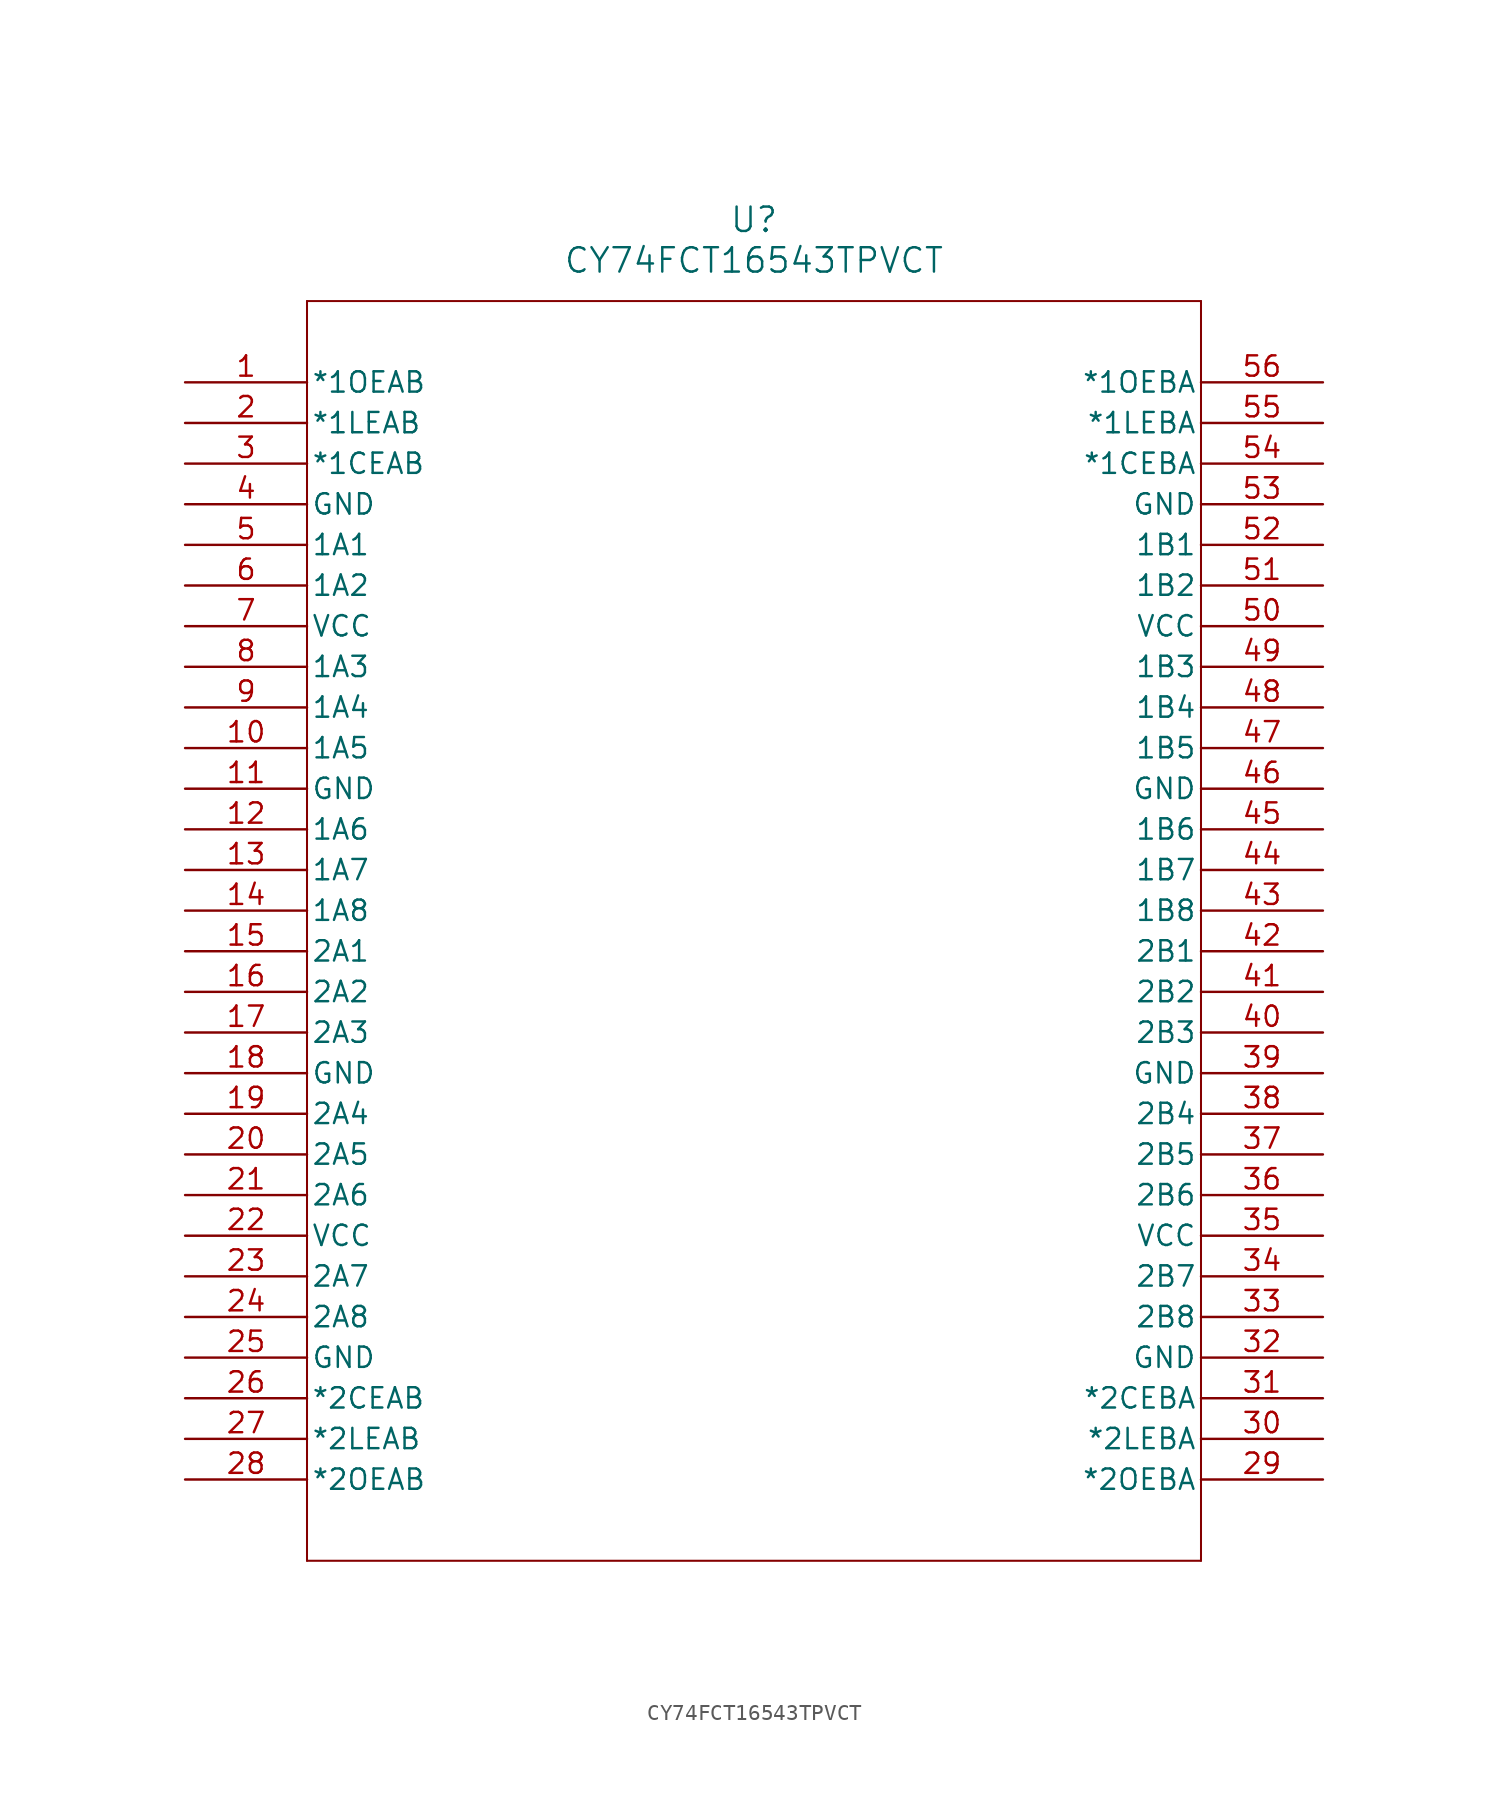
<source format=kicad_sym>
(kicad_symbol_lib
  (version 20211014)
  (generator kicad_symbol_editor)
  (symbol "CY74FCT16543TPVCT"
    (pin_names
      (offset 0.254))
    (property "Reference" "U"
      (at 35.56 10.16 0)
      (effects (font (size 1.524 1.524))))
    (property "Value" "CY74FCT16543TPVCT"
      (at 35.56 7.62 0)
      (effects (font (size 1.524 1.524))))
    (symbol "CY74FCT16543TPVCT_0_1"
      (polyline (pts (xy 7.62 5.08) (xy 7.62 -73.66)) (stroke (width 0.127) (type default) (color 0 0 0 0)) (fill (type none)))
      (polyline (pts (xy 7.62 -73.66) (xy 63.5 -73.66)) (stroke (width 0.127) (type default) (color 0 0 0 0)) (fill (type none)))
      (polyline (pts (xy 63.5 -73.66) (xy 63.5 5.08)) (stroke (width 0.127) (type default) (color 0 0 0 0)) (fill (type none)))
      (polyline (pts (xy 63.5 5.08) (xy 7.62 5.08)) (stroke (width 0.127) (type default) (color 0 0 0 0)) (fill (type none)))
      (pin input line (at 0 0 0) (length 7.62) (name "*1OEAB" (effects (font (size 1.27 1.27)))) (number "1" (effects (font (size 1.27 1.27)))))
      (pin input line (at 0 -2.54 0) (length 7.62) (name "*1LEAB" (effects (font (size 1.27 1.27)))) (number "2" (effects (font (size 1.27 1.27)))))
      (pin input line (at 0 -5.08 0) (length 7.62) (name "*1CEAB" (effects (font (size 1.27 1.27)))) (number "3" (effects (font (size 1.27 1.27)))))
      (pin power_in line (at 0 -7.62 0) (length 7.62) (name "GND" (effects (font (size 1.27 1.27)))) (number "4" (effects (font (size 1.27 1.27)))))
      (pin bidirectional line (at 0 -10.16 0) (length 7.62) (name "1A1" (effects (font (size 1.27 1.27)))) (number "5" (effects (font (size 1.27 1.27)))))
      (pin bidirectional line (at 0 -12.7 0) (length 7.62) (name "1A2" (effects (font (size 1.27 1.27)))) (number "6" (effects (font (size 1.27 1.27)))))
      (pin power_in line (at 0 -15.24 0) (length 7.62) (name "VCC" (effects (font (size 1.27 1.27)))) (number "7" (effects (font (size 1.27 1.27)))))
      (pin bidirectional line (at 0 -17.78 0) (length 7.62) (name "1A3" (effects (font (size 1.27 1.27)))) (number "8" (effects (font (size 1.27 1.27)))))
      (pin bidirectional line (at 0 -20.32 0) (length 7.62) (name "1A4" (effects (font (size 1.27 1.27)))) (number "9" (effects (font (size 1.27 1.27)))))
      (pin bidirectional line (at 0 -22.86 0) (length 7.62) (name "1A5" (effects (font (size 1.27 1.27)))) (number "10" (effects (font (size 1.27 1.27)))))
      (pin power_in line (at 0 -25.4 0) (length 7.62) (name "GND" (effects (font (size 1.27 1.27)))) (number "11" (effects (font (size 1.27 1.27)))))
      (pin bidirectional line (at 0 -27.94 0) (length 7.62) (name "1A6" (effects (font (size 1.27 1.27)))) (number "12" (effects (font (size 1.27 1.27)))))
      (pin bidirectional line (at 0 -30.48 0) (length 7.62) (name "1A7" (effects (font (size 1.27 1.27)))) (number "13" (effects (font (size 1.27 1.27)))))
      (pin bidirectional line (at 0 -33.02 0) (length 7.62) (name "1A8" (effects (font (size 1.27 1.27)))) (number "14" (effects (font (size 1.27 1.27)))))
      (pin bidirectional line (at 0 -35.56 0) (length 7.62) (name "2A1" (effects (font (size 1.27 1.27)))) (number "15" (effects (font (size 1.27 1.27)))))
      (pin bidirectional line (at 0 -38.1 0) (length 7.62) (name "2A2" (effects (font (size 1.27 1.27)))) (number "16" (effects (font (size 1.27 1.27)))))
      (pin bidirectional line (at 0 -40.64 0) (length 7.62) (name "2A3" (effects (font (size 1.27 1.27)))) (number "17" (effects (font (size 1.27 1.27)))))
      (pin power_in line (at 0 -43.18 0) (length 7.62) (name "GND" (effects (font (size 1.27 1.27)))) (number "18" (effects (font (size 1.27 1.27)))))
      (pin bidirectional line (at 0 -45.72 0) (length 7.62) (name "2A4" (effects (font (size 1.27 1.27)))) (number "19" (effects (font (size 1.27 1.27)))))
      (pin bidirectional line (at 0 -48.26 0) (length 7.62) (name "2A5" (effects (font (size 1.27 1.27)))) (number "20" (effects (font (size 1.27 1.27)))))
      (pin bidirectional line (at 0 -50.8 0) (length 7.62) (name "2A6" (effects (font (size 1.27 1.27)))) (number "21" (effects (font (size 1.27 1.27)))))
      (pin power_in line (at 0 -53.34 0) (length 7.62) (name "VCC" (effects (font (size 1.27 1.27)))) (number "22" (effects (font (size 1.27 1.27)))))
      (pin bidirectional line (at 0 -55.88 0) (length 7.62) (name "2A7" (effects (font (size 1.27 1.27)))) (number "23" (effects (font (size 1.27 1.27)))))
      (pin bidirectional line (at 0 -58.42 0) (length 7.62) (name "2A8" (effects (font (size 1.27 1.27)))) (number "24" (effects (font (size 1.27 1.27)))))
      (pin power_in line (at 0 -60.96 0) (length 7.62) (name "GND" (effects (font (size 1.27 1.27)))) (number "25" (effects (font (size 1.27 1.27)))))
      (pin input line (at 0 -63.5 0) (length 7.62) (name "*2CEAB" (effects (font (size 1.27 1.27)))) (number "26" (effects (font (size 1.27 1.27)))))
      (pin input line (at 0 -66.04 0) (length 7.62) (name "*2LEAB" (effects (font (size 1.27 1.27)))) (number "27" (effects (font (size 1.27 1.27)))))
      (pin input line (at 0 -68.58 0) (length 7.62) (name "*2OEAB" (effects (font (size 1.27 1.27)))) (number "28" (effects (font (size 1.27 1.27)))))
      (pin input line (at 71.12 -68.58 180) (length 7.62) (name "*2OEBA" (effects (font (size 1.27 1.27)))) (number "29" (effects (font (size 1.27 1.27)))))
      (pin input line (at 71.12 -66.04 180) (length 7.62) (name "*2LEBA" (effects (font (size 1.27 1.27)))) (number "30" (effects (font (size 1.27 1.27)))))
      (pin input line (at 71.12 -63.5 180) (length 7.62) (name "*2CEBA" (effects (font (size 1.27 1.27)))) (number "31" (effects (font (size 1.27 1.27)))))
      (pin power_in line (at 71.12 -60.96 180) (length 7.62) (name "GND" (effects (font (size 1.27 1.27)))) (number "32" (effects (font (size 1.27 1.27)))))
      (pin bidirectional line (at 71.12 -58.42 180) (length 7.62) (name "2B8" (effects (font (size 1.27 1.27)))) (number "33" (effects (font (size 1.27 1.27)))))
      (pin bidirectional line (at 71.12 -55.88 180) (length 7.62) (name "2B7" (effects (font (size 1.27 1.27)))) (number "34" (effects (font (size 1.27 1.27)))))
      (pin power_in line (at 71.12 -53.34 180) (length 7.62) (name "VCC" (effects (font (size 1.27 1.27)))) (number "35" (effects (font (size 1.27 1.27)))))
      (pin bidirectional line (at 71.12 -50.8 180) (length 7.62) (name "2B6" (effects (font (size 1.27 1.27)))) (number "36" (effects (font (size 1.27 1.27)))))
      (pin bidirectional line (at 71.12 -48.26 180) (length 7.62) (name "2B5" (effects (font (size 1.27 1.27)))) (number "37" (effects (font (size 1.27 1.27)))))
      (pin bidirectional line (at 71.12 -45.72 180) (length 7.62) (name "2B4" (effects (font (size 1.27 1.27)))) (number "38" (effects (font (size 1.27 1.27)))))
      (pin power_in line (at 71.12 -43.18 180) (length 7.62) (name "GND" (effects (font (size 1.27 1.27)))) (number "39" (effects (font (size 1.27 1.27)))))
      (pin bidirectional line (at 71.12 -40.64 180) (length 7.62) (name "2B3" (effects (font (size 1.27 1.27)))) (number "40" (effects (font (size 1.27 1.27)))))
      (pin bidirectional line (at 71.12 -38.1 180) (length 7.62) (name "2B2" (effects (font (size 1.27 1.27)))) (number "41" (effects (font (size 1.27 1.27)))))
      (pin bidirectional line (at 71.12 -35.56 180) (length 7.62) (name "2B1" (effects (font (size 1.27 1.27)))) (number "42" (effects (font (size 1.27 1.27)))))
      (pin bidirectional line (at 71.12 -33.02 180) (length 7.62) (name "1B8" (effects (font (size 1.27 1.27)))) (number "43" (effects (font (size 1.27 1.27)))))
      (pin bidirectional line (at 71.12 -30.48 180) (length 7.62) (name "1B7" (effects (font (size 1.27 1.27)))) (number "44" (effects (font (size 1.27 1.27)))))
      (pin bidirectional line (at 71.12 -27.94 180) (length 7.62) (name "1B6" (effects (font (size 1.27 1.27)))) (number "45" (effects (font (size 1.27 1.27)))))
      (pin power_in line (at 71.12 -25.4 180) (length 7.62) (name "GND" (effects (font (size 1.27 1.27)))) (number "46" (effects (font (size 1.27 1.27)))))
      (pin bidirectional line (at 71.12 -22.86 180) (length 7.62) (name "1B5" (effects (font (size 1.27 1.27)))) (number "47" (effects (font (size 1.27 1.27)))))
      (pin bidirectional line (at 71.12 -20.32 180) (length 7.62) (name "1B4" (effects (font (size 1.27 1.27)))) (number "48" (effects (font (size 1.27 1.27)))))
      (pin bidirectional line (at 71.12 -17.78 180) (length 7.62) (name "1B3" (effects (font (size 1.27 1.27)))) (number "49" (effects (font (size 1.27 1.27)))))
      (pin power_in line (at 71.12 -15.24 180) (length 7.62) (name "VCC" (effects (font (size 1.27 1.27)))) (number "50" (effects (font (size 1.27 1.27)))))
      (pin bidirectional line (at 71.12 -12.7 180) (length 7.62) (name "1B2" (effects (font (size 1.27 1.27)))) (number "51" (effects (font (size 1.27 1.27)))))
      (pin bidirectional line (at 71.12 -10.16 180) (length 7.62) (name "1B1" (effects (font (size 1.27 1.27)))) (number "52" (effects (font (size 1.27 1.27)))))
      (pin power_in line (at 71.12 -7.62 180) (length 7.62) (name "GND" (effects (font (size 1.27 1.27)))) (number "53" (effects (font (size 1.27 1.27)))))
      (pin input line (at 71.12 -5.08 180) (length 7.62) (name "*1CEBA" (effects (font (size 1.27 1.27)))) (number "54" (effects (font (size 1.27 1.27)))))
      (pin input line (at 71.12 -2.54 180) (length 7.62) (name "*1LEBA" (effects (font (size 1.27 1.27)))) (number "55" (effects (font (size 1.27 1.27)))))
      (pin input line (at 71.12 0 180) (length 7.62) (name "*1OEBA" (effects (font (size 1.27 1.27)))) (number "56" (effects (font (size 1.27 1.27))))))))
</source>
